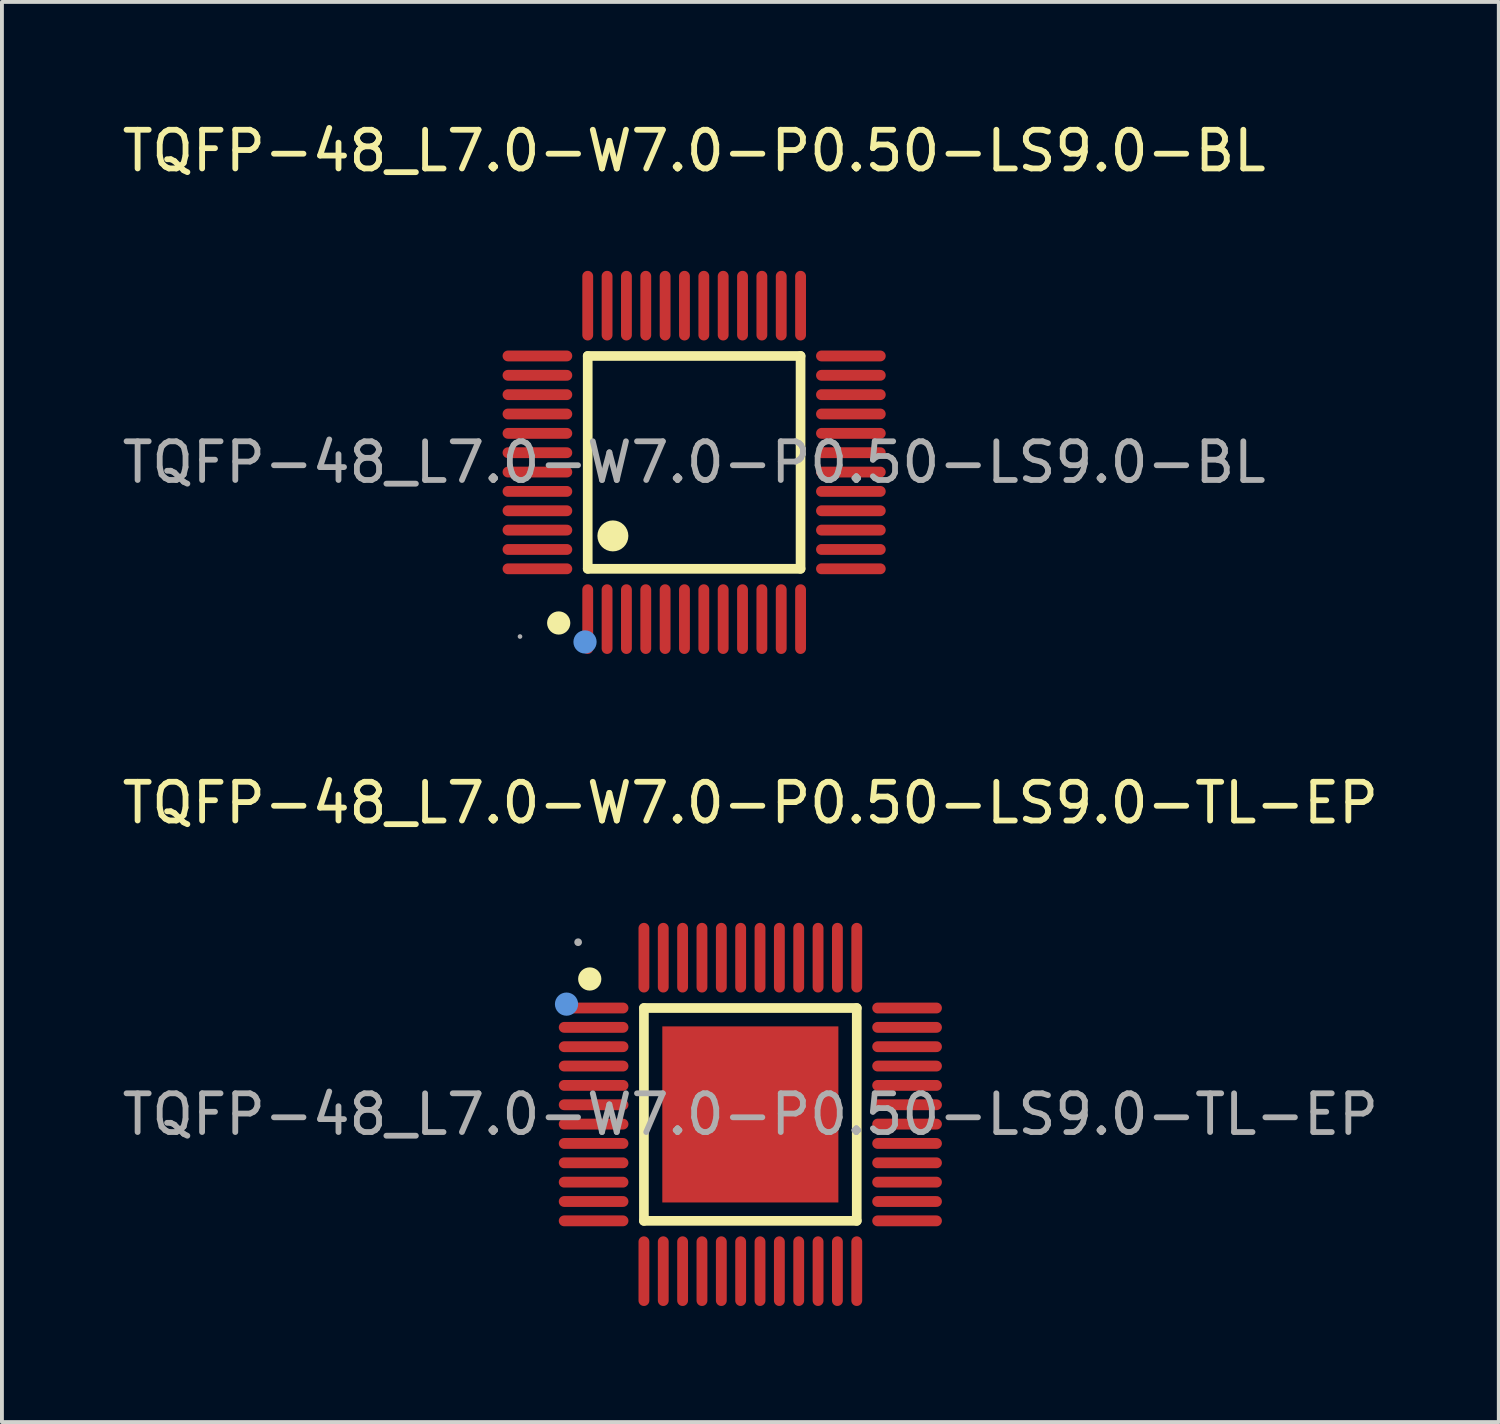
<source format=kicad_pcb>
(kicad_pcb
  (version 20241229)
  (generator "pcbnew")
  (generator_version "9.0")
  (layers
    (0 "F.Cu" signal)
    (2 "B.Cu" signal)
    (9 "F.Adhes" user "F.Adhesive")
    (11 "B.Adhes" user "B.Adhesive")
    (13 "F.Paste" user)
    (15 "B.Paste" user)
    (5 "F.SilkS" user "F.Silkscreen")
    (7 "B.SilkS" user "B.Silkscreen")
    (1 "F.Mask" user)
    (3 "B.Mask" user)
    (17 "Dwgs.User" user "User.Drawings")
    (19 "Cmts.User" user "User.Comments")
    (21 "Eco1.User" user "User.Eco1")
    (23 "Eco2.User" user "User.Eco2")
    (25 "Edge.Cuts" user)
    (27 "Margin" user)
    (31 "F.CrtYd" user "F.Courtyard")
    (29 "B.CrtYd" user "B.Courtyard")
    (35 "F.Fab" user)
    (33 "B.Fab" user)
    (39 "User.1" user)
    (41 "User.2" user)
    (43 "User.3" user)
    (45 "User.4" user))
  (footprint "TQFP-48_L7.0-W7.0-P0.50-LS9.0-TL-EP"
    (layer "F.Cu")
    (at 16.339 25.747)
    (property "Reference" "TQFP-48_L7.0-W7.0-P0.50-LS9.0-TL-EP" (at 0 -8.05 0) (layer "F.SilkS") (effects (font (size 1 1) (thickness 0.15))))
    (attr through_hole)
    (fp_line (start -2.75 -2.75) (end 2.75 -2.75) (stroke (width 0.25) (type solid)) (layer "F.SilkS"))
    (fp_line (start -2.75 2.75) (end -2.75 -2.75) (stroke (width 0.25) (type solid)) (layer "F.SilkS"))
    (fp_line (start 2.75 -2.75) (end 2.75 2.75) (stroke (width 0.25) (type solid)) (layer "F.SilkS"))
    (fp_line (start 2.75 2.75) (end -2.75 2.75) (stroke (width 0.25) (type solid)) (layer "F.SilkS"))
    (fp_arc (start -4.15 -3.5) (mid -4.15 -3.5) (end -4.15 -3.5) (stroke (width 0.3) (type solid)) (layer "F.SilkS"))
    (fp_circle (center -4.75 -2.85) (end -4.6 -2.85) (stroke (width 0.3) (type solid)) (fill no) (layer "Cmts.User"))
    (fp_circle (center -4.45 -4.45) (end -4.4 -4.45) (stroke (width 0.1) (type solid)) (fill no) (layer "F.Fab"))
    (fp_text user "${REFERENCE}" (at 0 0 0) (layer "F.Fab") (effects (font (size 1 1) (thickness 0.15))))
    (pad "1" smd oval (at -4.05 -2.75 90) (size 0.28 1.8) (layers "F.Cu" "F.Mask" "F.Paste"))
    (pad "2" smd oval (at -4.05 -2.25 90) (size 0.28 1.8) (layers "F.Cu" "F.Mask" "F.Paste"))
    (pad "3" smd oval (at -4.05 -1.75 90) (size 0.28 1.8) (layers "F.Cu" "F.Mask" "F.Paste"))
    (pad "4" smd oval (at -4.05 -1.25 90) (size 0.28 1.8) (layers "F.Cu" "F.Mask" "F.Paste"))
    (pad "5" smd oval (at -4.05 -0.75 90) (size 0.28 1.8) (layers "F.Cu" "F.Mask" "F.Paste"))
    (pad "6" smd oval (at -4.05 -0.25 90) (size 0.28 1.8) (layers "F.Cu" "F.Mask" "F.Paste"))
    (pad "7" smd oval (at -4.05 0.25 90) (size 0.28 1.8) (layers "F.Cu" "F.Mask" "F.Paste"))
    (pad "8" smd oval (at -4.05 0.75 90) (size 0.28 1.8) (layers "F.Cu" "F.Mask" "F.Paste"))
    (pad "9" smd oval (at -4.05 1.25 90) (size 0.28 1.8) (layers "F.Cu" "F.Mask" "F.Paste"))
    (pad "10" smd oval (at -4.05 1.75 90) (size 0.28 1.8) (layers "F.Cu" "F.Mask" "F.Paste"))
    (pad "11" smd oval (at -4.05 2.25 90) (size 0.28 1.8) (layers "F.Cu" "F.Mask" "F.Paste"))
    (pad "12" smd oval (at -4.05 2.75 90) (size 0.28 1.8) (layers "F.Cu" "F.Mask" "F.Paste"))
    (pad "13" smd oval (at -2.75 4.05) (size 0.28 1.8) (layers "F.Cu" "F.Mask" "F.Paste"))
    (pad "14" smd oval (at -2.25 4.05) (size 0.28 1.8) (layers "F.Cu" "F.Mask" "F.Paste"))
    (pad "15" smd oval (at -1.75 4.05) (size 0.28 1.8) (layers "F.Cu" "F.Mask" "F.Paste"))
    (pad "16" smd oval (at -1.25 4.05) (size 0.28 1.8) (layers "F.Cu" "F.Mask" "F.Paste"))
    (pad "17" smd oval (at -0.75 4.05) (size 0.28 1.8) (layers "F.Cu" "F.Mask" "F.Paste"))
    (pad "18" smd oval (at -0.25 4.05) (size 0.28 1.8) (layers "F.Cu" "F.Mask" "F.Paste"))
    (pad "19" smd oval (at 0.25 4.05) (size 0.28 1.8) (layers "F.Cu" "F.Mask" "F.Paste"))
    (pad "20" smd oval (at 0.75 4.05) (size 0.28 1.8) (layers "F.Cu" "F.Mask" "F.Paste"))
    (pad "21" smd oval (at 1.25 4.05) (size 0.28 1.8) (layers "F.Cu" "F.Mask" "F.Paste"))
    (pad "22" smd oval (at 1.75 4.05) (size 0.28 1.8) (layers "F.Cu" "F.Mask" "F.Paste"))
    (pad "23" smd oval (at 2.25 4.05) (size 0.28 1.8) (layers "F.Cu" "F.Mask" "F.Paste"))
    (pad "24" smd oval (at 2.75 4.05) (size 0.28 1.8) (layers "F.Cu" "F.Mask" "F.Paste"))
    (pad "25" smd oval (at 4.05 2.75 90) (size 0.28 1.8) (layers "F.Cu" "F.Mask" "F.Paste"))
    (pad "26" smd oval (at 4.05 2.25 90) (size 0.28 1.8) (layers "F.Cu" "F.Mask" "F.Paste"))
    (pad "27" smd oval (at 4.05 1.75 90) (size 0.28 1.8) (layers "F.Cu" "F.Mask" "F.Paste"))
    (pad "28" smd oval (at 4.05 1.25 90) (size 0.28 1.8) (layers "F.Cu" "F.Mask" "F.Paste"))
    (pad "29" smd oval (at 4.05 0.75 90) (size 0.28 1.8) (layers "F.Cu" "F.Mask" "F.Paste"))
    (pad "30" smd oval (at 4.05 0.25 90) (size 0.28 1.8) (layers "F.Cu" "F.Mask" "F.Paste"))
    (pad "31" smd oval (at 4.05 -0.25 90) (size 0.28 1.8) (layers "F.Cu" "F.Mask" "F.Paste"))
    (pad "32" smd oval (at 4.05 -0.75 90) (size 0.28 1.8) (layers "F.Cu" "F.Mask" "F.Paste"))
    (pad "33" smd oval (at 4.05 -1.25 90) (size 0.28 1.8) (layers "F.Cu" "F.Mask" "F.Paste"))
    (pad "34" smd oval (at 4.05 -1.75 90) (size 0.28 1.8) (layers "F.Cu" "F.Mask" "F.Paste"))
    (pad "35" smd oval (at 4.05 -2.25 90) (size 0.28 1.8) (layers "F.Cu" "F.Mask" "F.Paste"))
    (pad "36" smd oval (at 4.05 -2.75 90) (size 0.28 1.8) (layers "F.Cu" "F.Mask" "F.Paste"))
    (pad "37" smd oval (at 2.75 -4.05) (size 0.28 1.8) (layers "F.Cu" "F.Mask" "F.Paste"))
    (pad "38" smd oval (at 2.25 -4.05) (size 0.28 1.8) (layers "F.Cu" "F.Mask" "F.Paste"))
    (pad "39" smd oval (at 1.75 -4.05) (size 0.28 1.8) (layers "F.Cu" "F.Mask" "F.Paste"))
    (pad "40" smd oval (at 1.25 -4.05) (size 0.28 1.8) (layers "F.Cu" "F.Mask" "F.Paste"))
    (pad "41" smd oval (at 0.75 -4.05) (size 0.28 1.8) (layers "F.Cu" "F.Mask" "F.Paste"))
    (pad "42" smd oval (at 0.25 -4.05) (size 0.28 1.8) (layers "F.Cu" "F.Mask" "F.Paste"))
    (pad "43" smd oval (at -0.25 -4.05) (size 0.28 1.8) (layers "F.Cu" "F.Mask" "F.Paste"))
    (pad "44" smd oval (at -0.75 -4.05) (size 0.28 1.8) (layers "F.Cu" "F.Mask" "F.Paste"))
    (pad "45" smd oval (at -1.25 -4.05) (size 0.28 1.8) (layers "F.Cu" "F.Mask" "F.Paste"))
    (pad "46" smd oval (at -1.75 -4.05) (size 0.28 1.8) (layers "F.Cu" "F.Mask" "F.Paste"))
    (pad "47" smd oval (at -2.25 -4.05) (size 0.28 1.8) (layers "F.Cu" "F.Mask" "F.Paste"))
    (pad "48" smd oval (at -2.75 -4.05) (size 0.28 1.8) (layers "F.Cu" "F.Mask" "F.Paste"))
    (pad "49" smd rect (at 0 0 270) (size 4.55 4.55) (layers "F.Cu" "F.Mask" "F.Paste")))
  (footprint "TQFP-48_L7.0-W7.0-P0.50-LS9.0-BL"
    (layer "F.Cu")
    (at 14.887 8.898)
    (property "Reference" "TQFP-48_L7.0-W7.0-P0.50-LS9.0-BL" (at 0 -8.05 0) (layer "F.SilkS") (effects (font (size 1 1) (thickness 0.15))))
    (attr through_hole)
    (fp_line (start -2.75 -2.75) (end 2.75 -2.75) (stroke (width 0.25) (type solid)) (layer "F.SilkS"))
    (fp_line (start -2.75 2.75) (end -2.75 -2.75) (stroke (width 0.25) (type solid)) (layer "F.SilkS"))
    (fp_line (start 2.75 -2.75) (end 2.75 2.75) (stroke (width 0.25) (type solid)) (layer "F.SilkS"))
    (fp_line (start 2.75 2.75) (end -2.75 2.75) (stroke (width 0.25) (type solid)) (layer "F.SilkS"))
    (fp_arc (start -3.5 4.15) (mid -3.5 4.15) (end -3.5 4.15) (stroke (width 0.3) (type solid)) (layer "F.SilkS"))
    (fp_arc (start -2.1 1.9) (mid -2.1 1.9) (end -2.1 1.9) (stroke (width 0.4) (type solid)) (layer "F.SilkS"))
    (fp_circle (center -2.82 4.64) (end -2.67 4.64) (stroke (width 0.3) (type solid)) (fill no) (layer "Cmts.User"))
    (fp_circle (center -4.5 4.5) (end -4.47 4.5) (stroke (width 0.06) (type solid)) (fill no) (layer "F.Fab"))
    (fp_text user "${REFERENCE}" (at 0 0 0) (layer "F.Fab") (effects (font (size 1 1) (thickness 0.15))))
    (pad "1" smd oval (at -2.75 4.05) (size 0.28 1.8) (layers "F.Cu" "F.Mask" "F.Paste"))
    (pad "2" smd oval (at -2.25 4.05) (size 0.28 1.8) (layers "F.Cu" "F.Mask" "F.Paste"))
    (pad "3" smd oval (at -1.75 4.05) (size 0.28 1.8) (layers "F.Cu" "F.Mask" "F.Paste"))
    (pad "4" smd oval (at -1.25 4.05) (size 0.28 1.8) (layers "F.Cu" "F.Mask" "F.Paste"))
    (pad "5" smd oval (at -0.75 4.05) (size 0.28 1.8) (layers "F.Cu" "F.Mask" "F.Paste"))
    (pad "6" smd oval (at -0.25 4.05) (size 0.28 1.8) (layers "F.Cu" "F.Mask" "F.Paste"))
    (pad "7" smd oval (at 0.25 4.05) (size 0.28 1.8) (layers "F.Cu" "F.Mask" "F.Paste"))
    (pad "8" smd oval (at 0.75 4.05) (size 0.28 1.8) (layers "F.Cu" "F.Mask" "F.Paste"))
    (pad "9" smd oval (at 1.25 4.05) (size 0.28 1.8) (layers "F.Cu" "F.Mask" "F.Paste"))
    (pad "10" smd oval (at 1.75 4.05) (size 0.28 1.8) (layers "F.Cu" "F.Mask" "F.Paste"))
    (pad "11" smd oval (at 2.25 4.05) (size 0.28 1.8) (layers "F.Cu" "F.Mask" "F.Paste"))
    (pad "12" smd oval (at 2.75 4.05) (size 0.28 1.8) (layers "F.Cu" "F.Mask" "F.Paste"))
    (pad "13" smd oval (at 4.05 2.75) (size 1.8 0.28) (layers "F.Cu" "F.Mask" "F.Paste"))
    (pad "14" smd oval (at 4.05 2.25) (size 1.8 0.28) (layers "F.Cu" "F.Mask" "F.Paste"))
    (pad "15" smd oval (at 4.05 1.75) (size 1.8 0.28) (layers "F.Cu" "F.Mask" "F.Paste"))
    (pad "16" smd oval (at 4.05 1.25) (size 1.8 0.28) (layers "F.Cu" "F.Mask" "F.Paste"))
    (pad "17" smd oval (at 4.05 0.75) (size 1.8 0.28) (layers "F.Cu" "F.Mask" "F.Paste"))
    (pad "18" smd oval (at 4.05 0.25) (size 1.8 0.28) (layers "F.Cu" "F.Mask" "F.Paste"))
    (pad "19" smd oval (at 4.05 -0.25) (size 1.8 0.28) (layers "F.Cu" "F.Mask" "F.Paste"))
    (pad "20" smd oval (at 4.05 -0.75) (size 1.8 0.28) (layers "F.Cu" "F.Mask" "F.Paste"))
    (pad "21" smd oval (at 4.05 -1.25) (size 1.8 0.28) (layers "F.Cu" "F.Mask" "F.Paste"))
    (pad "22" smd oval (at 4.05 -1.75) (size 1.8 0.28) (layers "F.Cu" "F.Mask" "F.Paste"))
    (pad "23" smd oval (at 4.05 -2.25) (size 1.8 0.28) (layers "F.Cu" "F.Mask" "F.Paste"))
    (pad "24" smd oval (at 4.05 -2.75) (size 1.8 0.28) (layers "F.Cu" "F.Mask" "F.Paste"))
    (pad "25" smd oval (at 2.75 -4.05) (size 0.28 1.8) (layers "F.Cu" "F.Mask" "F.Paste"))
    (pad "26" smd oval (at 2.25 -4.05) (size 0.28 1.8) (layers "F.Cu" "F.Mask" "F.Paste"))
    (pad "27" smd oval (at 1.75 -4.05) (size 0.28 1.8) (layers "F.Cu" "F.Mask" "F.Paste"))
    (pad "28" smd oval (at 1.25 -4.05) (size 0.28 1.8) (layers "F.Cu" "F.Mask" "F.Paste"))
    (pad "29" smd oval (at 0.75 -4.05) (size 0.28 1.8) (layers "F.Cu" "F.Mask" "F.Paste"))
    (pad "30" smd oval (at 0.25 -4.05) (size 0.28 1.8) (layers "F.Cu" "F.Mask" "F.Paste"))
    (pad "31" smd oval (at -0.25 -4.05) (size 0.28 1.8) (layers "F.Cu" "F.Mask" "F.Paste"))
    (pad "32" smd oval (at -0.75 -4.05) (size 0.28 1.8) (layers "F.Cu" "F.Mask" "F.Paste"))
    (pad "33" smd oval (at -1.25 -4.05) (size 0.28 1.8) (layers "F.Cu" "F.Mask" "F.Paste"))
    (pad "34" smd oval (at -1.75 -4.05) (size 0.28 1.8) (layers "F.Cu" "F.Mask" "F.Paste"))
    (pad "35" smd oval (at -2.25 -4.05) (size 0.28 1.8) (layers "F.Cu" "F.Mask" "F.Paste"))
    (pad "36" smd oval (at -2.75 -4.05) (size 0.28 1.8) (layers "F.Cu" "F.Mask" "F.Paste"))
    (pad "37" smd oval (at -4.05 -2.75) (size 1.8 0.28) (layers "F.Cu" "F.Mask" "F.Paste"))
    (pad "38" smd oval (at -4.05 -2.25) (size 1.8 0.28) (layers "F.Cu" "F.Mask" "F.Paste"))
    (pad "39" smd oval (at -4.05 -1.75) (size 1.8 0.28) (layers "F.Cu" "F.Mask" "F.Paste"))
    (pad "40" smd oval (at -4.05 -1.25) (size 1.8 0.28) (layers "F.Cu" "F.Mask" "F.Paste"))
    (pad "41" smd oval (at -4.05 -0.75) (size 1.8 0.28) (layers "F.Cu" "F.Mask" "F.Paste"))
    (pad "42" smd oval (at -4.05 -0.25) (size 1.8 0.28) (layers "F.Cu" "F.Mask" "F.Paste"))
    (pad "43" smd oval (at -4.05 0.25) (size 1.8 0.28) (layers "F.Cu" "F.Mask" "F.Paste"))
    (pad "44" smd oval (at -4.05 0.75) (size 1.8 0.28) (layers "F.Cu" "F.Mask" "F.Paste"))
    (pad "45" smd oval (at -4.05 1.25) (size 1.8 0.28) (layers "F.Cu" "F.Mask" "F.Paste"))
    (pad "46" smd oval (at -4.05 1.75) (size 1.8 0.28) (layers "F.Cu" "F.Mask" "F.Paste"))
    (pad "47" smd oval (at -4.05 2.25) (size 1.8 0.28) (layers "F.Cu" "F.Mask" "F.Paste"))
    (pad "48" smd oval (at -4.05 2.75) (size 1.8 0.28) (layers "F.Cu" "F.Mask" "F.Paste")))
  (gr_rect
    (start -3 -3)
    (end 35.679 33.697)
    (stroke (width 0.1) (type default))
    (fill no)
    (layer "Edge.Cuts")))
</source>
